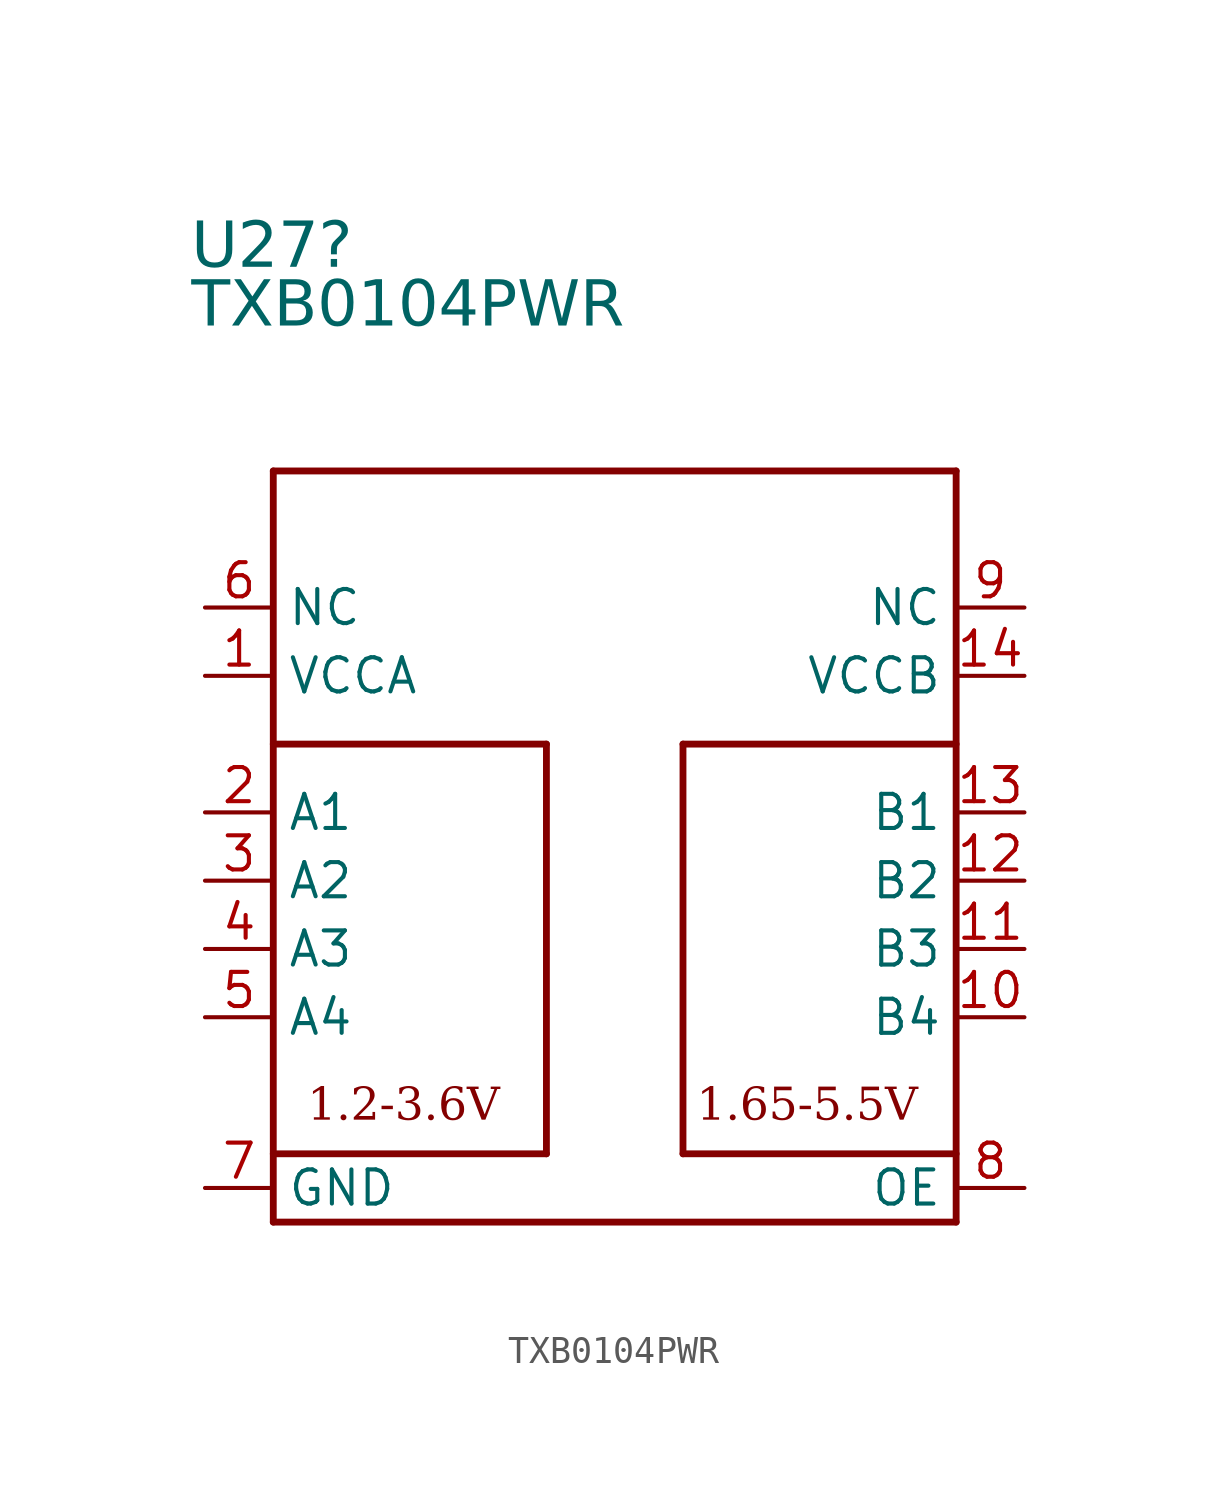
<source format=kicad_sym>
(kicad_symbol_lib
  (version 20241209)
  (generator "kicad_symbol_editor")
  (generator_version "9.0")
  (symbol "TXB0104PWR"
    (property "Reference" "U27"
      (at -15.748 23.254 0)
      (effects (font (face "Arial") (size 1.689 1.689)) (justify left top)))
    (property "Value" "TXB0104PWR"
      (at -15.748 21.069 0)
      (effects (font (face "Arial") (size 1.689 1.689)) (justify left top)))
    (symbol "TXB0104PWR_0_0"
      (polyline (pts (xy -12.7 13.97) (xy 12.7 13.97)) (stroke (width 0.254) (type solid)) (fill (type none)))
      (polyline (pts (xy -12.7 -11.43) (xy -2.54 -11.43)) (stroke (width 0.254) (type solid)) (fill (type none)))
      (polyline (pts (xy -12.7 -13.97) (xy -12.7 13.97)) (stroke (width 0.254) (type solid)) (fill (type none)))
      (polyline (pts (xy -2.54 3.81) (xy -12.7 3.81)) (stroke (width 0.254) (type solid)) (fill (type none)))
      (polyline (pts (xy -2.54 -11.43) (xy -2.54 3.81)) (stroke (width 0.254) (type solid)) (fill (type none)))
      (polyline (pts (xy 2.54 3.81) (xy 2.54 -11.43)) (stroke (width 0.254) (type solid)) (fill (type none)))
      (polyline (pts (xy 2.54 -11.43) (xy 12.7 -11.43)) (stroke (width 0.254) (type solid)) (fill (type none)))
      (polyline (pts (xy 12.7 13.97) (xy 12.7 -13.97)) (stroke (width 0.254) (type solid)) (fill (type none)))
      (polyline (pts (xy 12.7 3.81) (xy 2.54 3.81)) (stroke (width 0.254) (type solid)) (fill (type none)))
      (polyline (pts (xy 12.7 -13.97) (xy -12.7 -13.97)) (stroke (width 0.254) (type solid)) (fill (type none)))
      (text "1.2-3.6V" (at -11.43 -8.954 0) (effects (font (face "times New Roman") (size 1.206 1.206)) (justify left top)))
      (text "1.65-5.5V" (at 3.048 -8.954 0) (effects (font (face "times New Roman") (size 1.206 1.206)) (justify left top)))
      (pin passive line (at -15.24 8.89 0) (length 2.54) (name "NC" (effects (font (size 1.27 1.27)))) (number "6" (effects (font (size 1.27 1.27)))))
      (pin passive line (at -15.24 6.35 0) (length 2.54) (name "VCCA" (effects (font (size 1.27 1.27)))) (number "1" (effects (font (size 1.27 1.27)))))
      (pin bidirectional line (at -15.24 1.27 0) (length 2.54) (name "A1" (effects (font (size 1.27 1.27)))) (number "2" (effects (font (size 1.27 1.27)))))
      (pin bidirectional line (at -15.24 -1.27 0) (length 2.54) (name "A2" (effects (font (size 1.27 1.27)))) (number "3" (effects (font (size 1.27 1.27)))))
      (pin bidirectional line (at -15.24 -3.81 0) (length 2.54) (name "A3" (effects (font (size 1.27 1.27)))) (number "4" (effects (font (size 1.27 1.27)))))
      (pin bidirectional line (at -15.24 -6.35 0) (length 2.54) (name "A4" (effects (font (size 1.27 1.27)))) (number "5" (effects (font (size 1.27 1.27)))))
      (pin power_in line (at -15.24 -12.7 0) (length 2.54) (name "GND" (effects (font (size 1.27 1.27)))) (number "7" (effects (font (size 1.27 1.27)))))
      (pin passive line (at 15.24 8.89 180) (length 2.54) (name "NC" (effects (font (size 1.27 1.27)))) (number "9" (effects (font (size 1.27 1.27)))))
      (pin power_in line (at 15.24 6.35 180) (length 2.54) (name "VCCB" (effects (font (size 1.27 1.27)))) (number "14" (effects (font (size 1.27 1.27)))))
      (pin bidirectional line (at 15.24 1.27 180) (length 2.54) (name "B1" (effects (font (size 1.27 1.27)))) (number "13" (effects (font (size 1.27 1.27)))))
      (pin bidirectional line (at 15.24 -1.27 180) (length 2.54) (name "B2" (effects (font (size 1.27 1.27)))) (number "12" (effects (font (size 1.27 1.27)))))
      (pin bidirectional line (at 15.24 -3.81 180) (length 2.54) (name "B3" (effects (font (size 1.27 1.27)))) (number "11" (effects (font (size 1.27 1.27)))))
      (pin bidirectional line (at 15.24 -6.35 180) (length 2.54) (name "B4" (effects (font (size 1.27 1.27)))) (number "10" (effects (font (size 1.27 1.27)))))
      (pin passive line (at 15.24 -12.7 180) (length 2.54) (name "OE" (effects (font (size 1.27 1.27)))) (number "8" (effects (font (size 1.27 1.27))))))))
</source>
